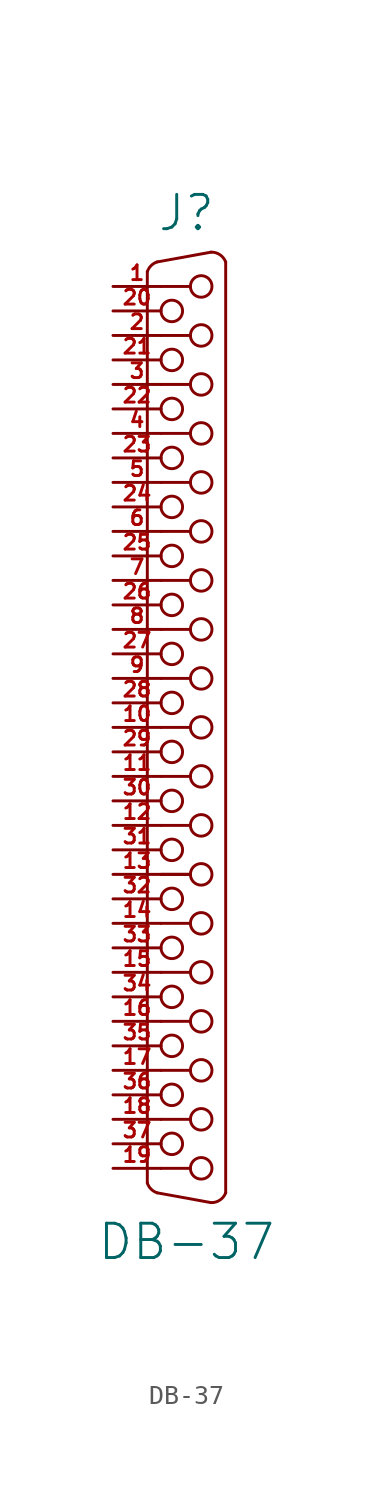
<source format=kicad_sym>
(kicad_symbol_lib
  (version 20211014)
  (generator kicad_symbol_editor)
  (symbol "DB-37"
    (pin_names
      (offset 1.016) hide)
    (property "Reference" "J"
      (at 0 26.67 0)
      (effects (font (size 1.778 1.778))))
    (property "Value" "DB-37"
      (at 0 -26.67 0)
      (effects (font (size 1.778 1.778))))
    (property "Footprint" ""
      (at 0 7.62 0)
      (effects (font (size 1.524 1.524))))
    (property "Datasheet" ""
      (at 0 7.62 0)
      (effects (font (size 1.524 1.524))))
    (symbol "DB-37_0_1"
      (arc (start -2.032 -23.622) (mid -1.838 -23.936) (end -1.524 -24.13) (stroke (width 0) (type default) (color 0 0 0 0)) (fill (type none)))
      (arc (start -1.524 24.13) (mid -1.838 23.936) (end -2.032 23.622) (stroke (width 0) (type default) (color 0 0 0 0)) (fill (type none)))
      (circle (center -0.762 -21.59) (radius 0.559) (stroke (width 0) (type default) (color 0 0 0 0)) (fill (type none)))
      (circle (center -0.762 -19.05) (radius 0.559) (stroke (width 0) (type default) (color 0 0 0 0)) (fill (type none)))
      (circle (center -0.762 -16.51) (radius 0.559) (stroke (width 0) (type default) (color 0 0 0 0)) (fill (type none)))
      (circle (center -0.762 -13.97) (radius 0.559) (stroke (width 0) (type default) (color 0 0 0 0)) (fill (type none)))
      (circle (center -0.762 -11.43) (radius 0.559) (stroke (width 0) (type default) (color 0 0 0 0)) (fill (type none)))
      (circle (center -0.762 -8.89) (radius 0.559) (stroke (width 0) (type default) (color 0 0 0 0)) (fill (type none)))
      (circle (center -0.762 -6.35) (radius 0.559) (stroke (width 0) (type default) (color 0 0 0 0)) (fill (type none)))
      (circle (center -0.762 -3.81) (radius 0.559) (stroke (width 0) (type default) (color 0 0 0 0)) (fill (type none)))
      (circle (center -0.762 -1.27) (radius 0.559) (stroke (width 0) (type default) (color 0 0 0 0)) (fill (type none)))
      (circle (center -0.762 1.27) (radius 0.559) (stroke (width 0) (type default) (color 0 0 0 0)) (fill (type none)))
      (circle (center -0.762 3.81) (radius 0.559) (stroke (width 0) (type default) (color 0 0 0 0)) (fill (type none)))
      (circle (center -0.762 6.35) (radius 0.559) (stroke (width 0) (type default) (color 0 0 0 0)) (fill (type none)))
      (circle (center -0.762 8.89) (radius 0.559) (stroke (width 0) (type default) (color 0 0 0 0)) (fill (type none)))
      (circle (center -0.762 11.43) (radius 0.559) (stroke (width 0) (type default) (color 0 0 0 0)) (fill (type none)))
      (circle (center -0.762 13.97) (radius 0.559) (stroke (width 0) (type default) (color 0 0 0 0)) (fill (type none)))
      (circle (center -0.762 16.51) (radius 0.559) (stroke (width 0) (type default) (color 0 0 0 0)) (fill (type none)))
      (circle (center -0.762 19.05) (radius 0.559) (stroke (width 0) (type default) (color 0 0 0 0)) (fill (type none)))
      (circle (center -0.762 21.59) (radius 0.559) (stroke (width 0) (type default) (color 0 0 0 0)) (fill (type none)))
      (polyline (pts (xy -2.032 23.622) (xy -2.032 -23.622)) (stroke (width 0) (type default) (color 0 0 0 0)) (fill (type none)))
      (polyline (pts (xy -1.321 -22.86) (xy 0.203 -22.86)) (stroke (width 0) (type default) (color 0 0 0 0)) (fill (type none)))
      (polyline (pts (xy -1.321 -20.32) (xy 0.203 -20.32)) (stroke (width 0) (type default) (color 0 0 0 0)) (fill (type none)))
      (polyline (pts (xy -1.321 -17.78) (xy 0.203 -17.78)) (stroke (width 0) (type default) (color 0 0 0 0)) (fill (type none)))
      (polyline (pts (xy -1.321 -15.24) (xy 0.203 -15.24)) (stroke (width 0) (type default) (color 0 0 0 0)) (fill (type none)))
      (polyline (pts (xy -1.321 -12.7) (xy 0.203 -12.7)) (stroke (width 0) (type default) (color 0 0 0 0)) (fill (type none)))
      (polyline (pts (xy -1.321 -10.16) (xy 0.203 -10.16)) (stroke (width 0) (type default) (color 0 0 0 0)) (fill (type none)))
      (polyline (pts (xy -1.321 -7.62) (xy 0.203 -7.62)) (stroke (width 0) (type default) (color 0 0 0 0)) (fill (type none)))
      (polyline (pts (xy -1.321 -7.62) (xy 0.203 -7.62)) (stroke (width 0) (type default) (color 0 0 0 0)) (fill (type none)))
      (polyline (pts (xy -1.321 -5.08) (xy 0.203 -5.08)) (stroke (width 0) (type default) (color 0 0 0 0)) (fill (type none)))
      (polyline (pts (xy -1.321 -2.54) (xy 0.203 -2.54)) (stroke (width 0) (type default) (color 0 0 0 0)) (fill (type none)))
      (polyline (pts (xy -1.321 0) (xy 0.203 0)) (stroke (width 0) (type default) (color 0 0 0 0)) (fill (type none)))
      (polyline (pts (xy -1.321 2.54) (xy 0.203 2.54)) (stroke (width 0) (type default) (color 0 0 0 0)) (fill (type none)))
      (polyline (pts (xy -1.321 5.08) (xy 0.203 5.08)) (stroke (width 0) (type default) (color 0 0 0 0)) (fill (type none)))
      (polyline (pts (xy -1.321 7.62) (xy 0.203 7.62)) (stroke (width 0) (type default) (color 0 0 0 0)) (fill (type none)))
      (polyline (pts (xy -1.321 10.16) (xy 0.203 10.16)) (stroke (width 0) (type default) (color 0 0 0 0)) (fill (type none)))
      (polyline (pts (xy -1.321 12.7) (xy 0.203 12.7)) (stroke (width 0) (type default) (color 0 0 0 0)) (fill (type none)))
      (polyline (pts (xy -1.321 15.24) (xy 0.203 15.24)) (stroke (width 0) (type default) (color 0 0 0 0)) (fill (type none)))
      (polyline (pts (xy -1.321 17.78) (xy 0.203 17.78)) (stroke (width 0) (type default) (color 0 0 0 0)) (fill (type none)))
      (polyline (pts (xy -1.321 20.32) (xy 0.203 20.32)) (stroke (width 0) (type default) (color 0 0 0 0)) (fill (type none)))
      (polyline (pts (xy -1.321 22.86) (xy 0.203 22.86)) (stroke (width 0) (type default) (color 0 0 0 0)) (fill (type none)))
      (polyline (pts (xy 2.032 24.13) (xy 2.032 -24.13)) (stroke (width 0) (type default) (color 0 0 0 0)) (fill (type none)))
      (polyline (pts (xy -1.524 -24.13) (xy 1.27 -24.638) (xy 1.27 -24.638)) (stroke (width 0) (type default) (color 0 0 0 0)) (fill (type none)))
      (polyline (pts (xy -1.524 24.13) (xy 1.27 24.638) (xy 1.27 24.638)) (stroke (width 0) (type default) (color 0 0 0 0)) (fill (type none)))
      (circle (center 0.762 -22.86) (radius 0.559) (stroke (width 0) (type default) (color 0 0 0 0)) (fill (type none)))
      (circle (center 0.762 -20.32) (radius 0.559) (stroke (width 0) (type default) (color 0 0 0 0)) (fill (type none)))
      (circle (center 0.762 -17.78) (radius 0.559) (stroke (width 0) (type default) (color 0 0 0 0)) (fill (type none)))
      (circle (center 0.762 -15.24) (radius 0.559) (stroke (width 0) (type default) (color 0 0 0 0)) (fill (type none)))
      (circle (center 0.762 -12.7) (radius 0.559) (stroke (width 0) (type default) (color 0 0 0 0)) (fill (type none)))
      (circle (center 0.762 -10.16) (radius 0.559) (stroke (width 0) (type default) (color 0 0 0 0)) (fill (type none)))
      (circle (center 0.762 -7.62) (radius 0.559) (stroke (width 0) (type default) (color 0 0 0 0)) (fill (type none)))
      (circle (center 0.762 -5.08) (radius 0.559) (stroke (width 0) (type default) (color 0 0 0 0)) (fill (type none)))
      (circle (center 0.762 -2.54) (radius 0.559) (stroke (width 0) (type default) (color 0 0 0 0)) (fill (type none)))
      (circle (center 0.762 0) (radius 0.559) (stroke (width 0) (type default) (color 0 0 0 0)) (fill (type none)))
      (circle (center 0.762 2.54) (radius 0.559) (stroke (width 0) (type default) (color 0 0 0 0)) (fill (type none)))
      (circle (center 0.762 5.08) (radius 0.559) (stroke (width 0) (type default) (color 0 0 0 0)) (fill (type none)))
      (circle (center 0.762 7.62) (radius 0.559) (stroke (width 0) (type default) (color 0 0 0 0)) (fill (type none)))
      (circle (center 0.762 10.16) (radius 0.559) (stroke (width 0) (type default) (color 0 0 0 0)) (fill (type none)))
      (circle (center 0.762 12.7) (radius 0.559) (stroke (width 0) (type default) (color 0 0 0 0)) (fill (type none)))
      (circle (center 0.762 15.24) (radius 0.559) (stroke (width 0) (type default) (color 0 0 0 0)) (fill (type none)))
      (circle (center 0.762 17.78) (radius 0.559) (stroke (width 0) (type default) (color 0 0 0 0)) (fill (type none)))
      (circle (center 0.762 20.32) (radius 0.559) (stroke (width 0) (type default) (color 0 0 0 0)) (fill (type none)))
      (circle (center 0.762 22.86) (radius 0.559) (stroke (width 0) (type default) (color 0 0 0 0)) (fill (type none)))
      (arc (start 1.27 -24.638) (mid 1.7324 -24.5061) (end 2.032 -24.13) (stroke (width 0) (type default) (color 0 0 0 0)) (fill (type none)))
      (arc (start 2.032 24.13) (mid 1.7324 24.5061) (end 1.27 24.638) (stroke (width 0) (type default) (color 0 0 0 0)) (fill (type none))))
    (symbol "DB-37_1_1"
      (pin passive line (at -3.81 22.86 0) (length 2.489) (name "~" (effects (font (size 0.762 0.762)))) (number "1" (effects (font (size 0.762 0.762)))))
      (pin passive line (at -3.81 0 0) (length 2.489) (name "~" (effects (font (size 0.762 0.762)))) (number "10" (effects (font (size 0.762 0.762)))))
      (pin passive line (at -3.81 -2.54 0) (length 2.489) (name "~" (effects (font (size 0.762 0.762)))) (number "11" (effects (font (size 0.762 0.762)))))
      (pin passive line (at -3.81 -5.08 0) (length 2.489) (name "~" (effects (font (size 0.762 0.762)))) (number "12" (effects (font (size 0.762 0.762)))))
      (pin passive line (at -3.81 -7.62 0) (length 2.489) (name "~" (effects (font (size 0.762 0.762)))) (number "13" (effects (font (size 0.762 0.762)))))
      (pin passive line (at -3.81 -10.16 0) (length 2.489) (name "~" (effects (font (size 0.762 0.762)))) (number "14" (effects (font (size 0.762 0.762)))))
      (pin passive line (at -3.81 -12.7 0) (length 2.489) (name "~" (effects (font (size 0.762 0.762)))) (number "15" (effects (font (size 0.762 0.762)))))
      (pin passive line (at -3.81 -15.24 0) (length 2.489) (name "~" (effects (font (size 0.762 0.762)))) (number "16" (effects (font (size 0.762 0.762)))))
      (pin passive line (at -3.81 -17.78 0) (length 2.489) (name "~" (effects (font (size 0.762 0.762)))) (number "17" (effects (font (size 0.762 0.762)))))
      (pin passive line (at -3.81 -20.32 0) (length 2.489) (name "~" (effects (font (size 0.762 0.762)))) (number "18" (effects (font (size 0.762 0.762)))))
      (pin passive line (at -3.81 -22.86 0) (length 2.489) (name "~" (effects (font (size 0.762 0.762)))) (number "19" (effects (font (size 0.762 0.762)))))
      (pin passive line (at -3.81 20.32 0) (length 2.489) (name "~" (effects (font (size 0.762 0.762)))) (number "2" (effects (font (size 0.762 0.762)))))
      (pin passive line (at -3.81 21.59 0) (length 2.489) (name "~" (effects (font (size 0.762 0.762)))) (number "20" (effects (font (size 0.762 0.762)))))
      (pin passive line (at -3.81 19.05 0) (length 2.489) (name "~" (effects (font (size 0.762 0.762)))) (number "21" (effects (font (size 0.762 0.762)))))
      (pin passive line (at -3.81 16.51 0) (length 2.489) (name "~" (effects (font (size 0.762 0.762)))) (number "22" (effects (font (size 0.762 0.762)))))
      (pin passive line (at -3.81 13.97 0) (length 2.489) (name "~" (effects (font (size 0.762 0.762)))) (number "23" (effects (font (size 0.762 0.762)))))
      (pin passive line (at -3.81 11.43 0) (length 2.489) (name "~" (effects (font (size 0.762 0.762)))) (number "24" (effects (font (size 0.762 0.762)))))
      (pin passive line (at -3.81 8.89 0) (length 2.489) (name "~" (effects (font (size 0.762 0.762)))) (number "25" (effects (font (size 0.762 0.762)))))
      (pin passive line (at -3.81 6.35 0) (length 2.489) (name "~" (effects (font (size 0.762 0.762)))) (number "26" (effects (font (size 0.762 0.762)))))
      (pin passive line (at -3.81 3.81 0) (length 2.489) (name "~" (effects (font (size 0.762 0.762)))) (number "27" (effects (font (size 0.762 0.762)))))
      (pin passive line (at -3.81 1.27 0) (length 2.489) (name "~" (effects (font (size 0.762 0.762)))) (number "28" (effects (font (size 0.762 0.762)))))
      (pin passive line (at -3.81 -1.27 0) (length 2.489) (name "~" (effects (font (size 0.762 0.762)))) (number "29" (effects (font (size 0.762 0.762)))))
      (pin passive line (at -3.81 17.78 0) (length 2.489) (name "~" (effects (font (size 0.762 0.762)))) (number "3" (effects (font (size 0.762 0.762)))))
      (pin passive line (at -3.81 -3.81 0) (length 2.489) (name "~" (effects (font (size 0.762 0.762)))) (number "30" (effects (font (size 0.762 0.762)))))
      (pin passive line (at -3.81 -6.35 0) (length 2.489) (name "~" (effects (font (size 0.762 0.762)))) (number "31" (effects (font (size 0.762 0.762)))))
      (pin passive line (at -3.81 -8.89 0) (length 2.489) (name "~" (effects (font (size 0.762 0.762)))) (number "32" (effects (font (size 0.762 0.762)))))
      (pin passive line (at -3.81 -11.43 0) (length 2.489) (name "~" (effects (font (size 0.762 0.762)))) (number "33" (effects (font (size 0.762 0.762)))))
      (pin passive line (at -3.81 -13.97 0) (length 2.489) (name "~" (effects (font (size 0.762 0.762)))) (number "34" (effects (font (size 0.762 0.762)))))
      (pin passive line (at -3.81 -16.51 0) (length 2.489) (name "~" (effects (font (size 0.762 0.762)))) (number "35" (effects (font (size 0.762 0.762)))))
      (pin passive line (at -3.81 -19.05 0) (length 2.489) (name "~" (effects (font (size 0.762 0.762)))) (number "36" (effects (font (size 0.762 0.762)))))
      (pin passive line (at -3.81 -21.59 0) (length 2.489) (name "~" (effects (font (size 0.762 0.762)))) (number "37" (effects (font (size 0.762 0.762)))))
      (pin passive line (at -3.81 15.24 0) (length 2.489) (name "~" (effects (font (size 0.762 0.762)))) (number "4" (effects (font (size 0.762 0.762)))))
      (pin passive line (at -3.81 12.7 0) (length 2.489) (name "~" (effects (font (size 0.762 0.762)))) (number "5" (effects (font (size 0.762 0.762)))))
      (pin passive line (at -3.81 10.16 0) (length 2.489) (name "~" (effects (font (size 0.762 0.762)))) (number "6" (effects (font (size 0.762 0.762)))))
      (pin passive line (at -3.81 7.62 0) (length 2.489) (name "~" (effects (font (size 0.762 0.762)))) (number "7" (effects (font (size 0.762 0.762)))))
      (pin passive line (at -3.81 5.08 0) (length 2.489) (name "~" (effects (font (size 0.762 0.762)))) (number "8" (effects (font (size 0.762 0.762)))))
      (pin passive line (at -3.81 2.54 0) (length 2.489) (name "~" (effects (font (size 0.762 0.762)))) (number "9" (effects (font (size 0.762 0.762))))))))
</source>
